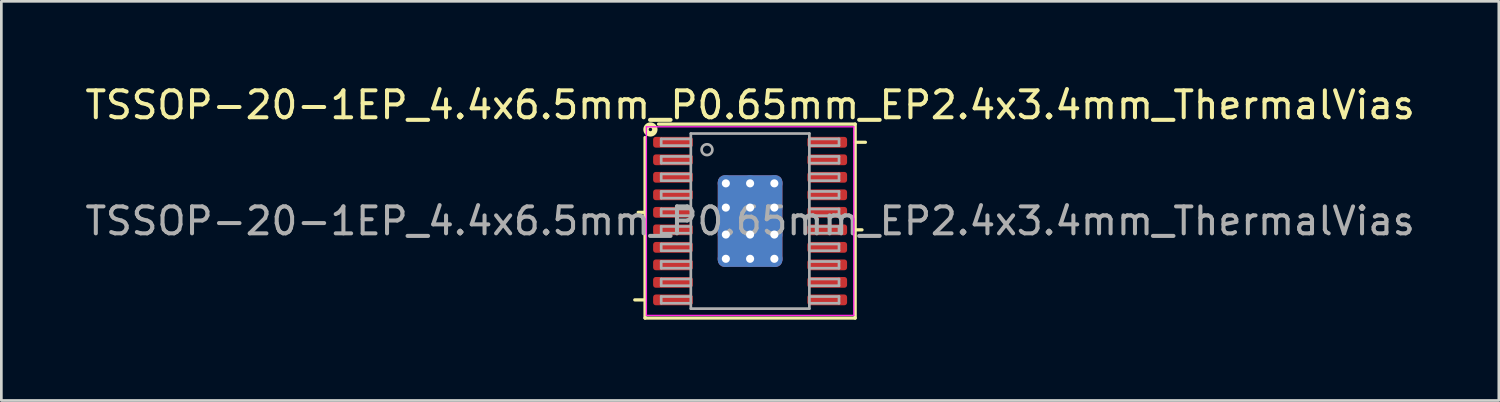
<source format=kicad_pcb>
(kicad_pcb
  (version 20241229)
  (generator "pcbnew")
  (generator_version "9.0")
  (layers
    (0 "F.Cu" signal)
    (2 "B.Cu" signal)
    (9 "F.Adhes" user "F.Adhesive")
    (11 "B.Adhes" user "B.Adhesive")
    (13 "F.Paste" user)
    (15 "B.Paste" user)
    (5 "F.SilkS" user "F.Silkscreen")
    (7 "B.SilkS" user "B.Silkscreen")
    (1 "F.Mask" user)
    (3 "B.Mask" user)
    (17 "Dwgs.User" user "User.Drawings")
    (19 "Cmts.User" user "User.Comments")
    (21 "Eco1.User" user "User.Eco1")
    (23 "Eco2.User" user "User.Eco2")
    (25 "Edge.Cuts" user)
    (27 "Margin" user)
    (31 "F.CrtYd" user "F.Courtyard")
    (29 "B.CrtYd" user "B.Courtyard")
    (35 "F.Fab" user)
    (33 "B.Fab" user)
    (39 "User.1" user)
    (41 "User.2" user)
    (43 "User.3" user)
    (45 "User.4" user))
  (footprint "TSSOP-20-1EP_4.4x6.5mm_P0.65mm_EP2.4x3.4mm_ThermalVias"
    (layer "F.Cu")
    (at 24.792 5.156)
    (property "Reference" "TSSOP-20-1EP_4.4x6.5mm_P0.65mm_EP2.4x3.4mm_ThermalVias" (at 0 -4.308 0) (layer "F.SilkS") (effects (font (size 1 1) (thickness 0.15))))
    (attr smd)
    (fp_line (start -3.9 -3.1) (end -3.9 3.6) (stroke (width 0.12) (type solid)) (layer "F.SilkS"))
    (fp_line (start -3.9 -0.325) (end -4.154 -0.325) (stroke (width 0.12) (type solid)) (layer "F.SilkS"))
    (fp_line (start -3.9 2.925) (end -4.281 2.925) (stroke (width 0.12) (type solid)) (layer "F.SilkS"))
    (fp_line (start -3.9 3.6) (end 3.9 3.6) (stroke (width 0.12) (type solid)) (layer "F.SilkS"))
    (fp_line (start 3.9 -3.6) (end -3.4 -3.6) (stroke (width 0.12) (type solid)) (layer "F.SilkS"))
    (fp_line (start 3.9 -2.925) (end 4.281 -2.925) (stroke (width 0.12) (type solid)) (layer "F.SilkS"))
    (fp_line (start 3.9 0.325) (end 4.154 0.325) (stroke (width 0.12) (type solid)) (layer "F.SilkS"))
    (fp_line (start 3.9 3.6) (end 3.9 -3.6) (stroke (width 0.12) (type solid)) (layer "F.SilkS"))
    (fp_circle (center -3.7 -3.4) (end -3.636 -3.4) (stroke (width 0.2) (type solid)) (fill no) (layer "F.SilkS"))
    (fp_line (start -3.85 -3.5) (end -3.85 3.5) (stroke (width 0.05) (type solid)) (layer "F.CrtYd"))
    (fp_line (start -3.85 3.5) (end 3.85 3.5) (stroke (width 0.05) (type solid)) (layer "F.CrtYd"))
    (fp_line (start 3.85 -3.5) (end -3.85 -3.5) (stroke (width 0.05) (type solid)) (layer "F.CrtYd"))
    (fp_line (start 3.85 3.5) (end 3.85 -3.5) (stroke (width 0.05) (type solid)) (layer "F.CrtYd"))
    (fp_line (start -3.3 -3.05) (end -3.3 -2.8) (stroke (width 0.1) (type solid)) (layer "F.Fab"))
    (fp_line (start -3.3 -3.05) (end -2.2 -3.05) (stroke (width 0.1) (type solid)) (layer "F.Fab"))
    (fp_line (start -3.3 -2.8) (end -2.2 -2.8) (stroke (width 0.1) (type solid)) (layer "F.Fab"))
    (fp_line (start -3.3 -2.4) (end -3.3 -2.15) (stroke (width 0.1) (type solid)) (layer "F.Fab"))
    (fp_line (start -3.3 -2.4) (end -2.2 -2.4) (stroke (width 0.1) (type solid)) (layer "F.Fab"))
    (fp_line (start -3.3 -2.15) (end -2.2 -2.15) (stroke (width 0.1) (type solid)) (layer "F.Fab"))
    (fp_line (start -3.3 -1.75) (end -3.3 -1.5) (stroke (width 0.1) (type solid)) (layer "F.Fab"))
    (fp_line (start -3.3 -1.75) (end -2.2 -1.75) (stroke (width 0.1) (type solid)) (layer "F.Fab"))
    (fp_line (start -3.3 -1.5) (end -2.2 -1.5) (stroke (width 0.1) (type solid)) (layer "F.Fab"))
    (fp_line (start -3.3 -1.1) (end -3.3 -0.85) (stroke (width 0.1) (type solid)) (layer "F.Fab"))
    (fp_line (start -3.3 -1.1) (end -2.2 -1.1) (stroke (width 0.1) (type solid)) (layer "F.Fab"))
    (fp_line (start -3.3 -0.85) (end -2.2 -0.85) (stroke (width 0.1) (type solid)) (layer "F.Fab"))
    (fp_line (start -3.3 -0.45) (end -3.3 -0.2) (stroke (width 0.1) (type solid)) (layer "F.Fab"))
    (fp_line (start -3.3 -0.45) (end -2.2 -0.45) (stroke (width 0.1) (type solid)) (layer "F.Fab"))
    (fp_line (start -3.3 -0.2) (end -2.2 -0.2) (stroke (width 0.1) (type solid)) (layer "F.Fab"))
    (fp_line (start -3.3 0.2) (end -3.3 0.45) (stroke (width 0.1) (type solid)) (layer "F.Fab"))
    (fp_line (start -3.3 0.2) (end -2.2 0.2) (stroke (width 0.1) (type solid)) (layer "F.Fab"))
    (fp_line (start -3.3 0.45) (end -2.2 0.45) (stroke (width 0.1) (type solid)) (layer "F.Fab"))
    (fp_line (start -3.3 0.85) (end -3.3 1.1) (stroke (width 0.1) (type solid)) (layer "F.Fab"))
    (fp_line (start -3.3 0.85) (end -2.2 0.85) (stroke (width 0.1) (type solid)) (layer "F.Fab"))
    (fp_line (start -3.3 1.1) (end -2.2 1.1) (stroke (width 0.1) (type solid)) (layer "F.Fab"))
    (fp_line (start -3.3 1.5) (end -3.3 1.75) (stroke (width 0.1) (type solid)) (layer "F.Fab"))
    (fp_line (start -3.3 1.5) (end -2.2 1.5) (stroke (width 0.1) (type solid)) (layer "F.Fab"))
    (fp_line (start -3.3 1.75) (end -2.2 1.75) (stroke (width 0.1) (type solid)) (layer "F.Fab"))
    (fp_line (start -3.3 2.15) (end -3.3 2.4) (stroke (width 0.1) (type solid)) (layer "F.Fab"))
    (fp_line (start -3.3 2.15) (end -2.2 2.15) (stroke (width 0.1) (type solid)) (layer "F.Fab"))
    (fp_line (start -3.3 2.4) (end -2.2 2.4) (stroke (width 0.1) (type solid)) (layer "F.Fab"))
    (fp_line (start -3.3 2.8) (end -3.3 3.05) (stroke (width 0.1) (type solid)) (layer "F.Fab"))
    (fp_line (start -3.3 2.8) (end -2.2 2.8) (stroke (width 0.1) (type solid)) (layer "F.Fab"))
    (fp_line (start -3.3 3.05) (end -2.2 3.05) (stroke (width 0.1) (type solid)) (layer "F.Fab"))
    (fp_line (start -2.2 -3.25) (end 2.2 -3.25) (stroke (width 0.1) (type solid)) (layer "F.Fab"))
    (fp_line (start -2.2 3.25) (end -2.2 -3.25) (stroke (width 0.1) (type solid)) (layer "F.Fab"))
    (fp_line (start 2.2 -3.25) (end 2.2 3.25) (stroke (width 0.1) (type solid)) (layer "F.Fab"))
    (fp_line (start 2.2 3.25) (end -2.2 3.25) (stroke (width 0.1) (type solid)) (layer "F.Fab"))
    (fp_line (start 3.3 -3.05) (end 2.2 -3.05) (stroke (width 0.1) (type solid)) (layer "F.Fab"))
    (fp_line (start 3.3 -2.8) (end 2.2 -2.8) (stroke (width 0.1) (type solid)) (layer "F.Fab"))
    (fp_line (start 3.3 -2.8) (end 3.3 -3.05) (stroke (width 0.1) (type solid)) (layer "F.Fab"))
    (fp_line (start 3.3 -2.4) (end 2.2 -2.4) (stroke (width 0.1) (type solid)) (layer "F.Fab"))
    (fp_line (start 3.3 -2.15) (end 2.2 -2.15) (stroke (width 0.1) (type solid)) (layer "F.Fab"))
    (fp_line (start 3.3 -2.15) (end 3.3 -2.4) (stroke (width 0.1) (type solid)) (layer "F.Fab"))
    (fp_line (start 3.3 -1.75) (end 2.2 -1.75) (stroke (width 0.1) (type solid)) (layer "F.Fab"))
    (fp_line (start 3.3 -1.5) (end 2.2 -1.5) (stroke (width 0.1) (type solid)) (layer "F.Fab"))
    (fp_line (start 3.3 -1.5) (end 3.3 -1.75) (stroke (width 0.1) (type solid)) (layer "F.Fab"))
    (fp_line (start 3.3 -1.1) (end 2.2 -1.1) (stroke (width 0.1) (type solid)) (layer "F.Fab"))
    (fp_line (start 3.3 -0.85) (end 2.2 -0.85) (stroke (width 0.1) (type solid)) (layer "F.Fab"))
    (fp_line (start 3.3 -0.85) (end 3.3 -1.1) (stroke (width 0.1) (type solid)) (layer "F.Fab"))
    (fp_line (start 3.3 -0.45) (end 2.2 -0.45) (stroke (width 0.1) (type solid)) (layer "F.Fab"))
    (fp_line (start 3.3 -0.2) (end 2.2 -0.2) (stroke (width 0.1) (type solid)) (layer "F.Fab"))
    (fp_line (start 3.3 -0.2) (end 3.3 -0.45) (stroke (width 0.1) (type solid)) (layer "F.Fab"))
    (fp_line (start 3.3 0.2) (end 2.2 0.2) (stroke (width 0.1) (type solid)) (layer "F.Fab"))
    (fp_line (start 3.3 0.45) (end 2.2 0.45) (stroke (width 0.1) (type solid)) (layer "F.Fab"))
    (fp_line (start 3.3 0.45) (end 3.3 0.2) (stroke (width 0.1) (type solid)) (layer "F.Fab"))
    (fp_line (start 3.3 0.85) (end 2.2 0.85) (stroke (width 0.1) (type solid)) (layer "F.Fab"))
    (fp_line (start 3.3 1.1) (end 2.2 1.1) (stroke (width 0.1) (type solid)) (layer "F.Fab"))
    (fp_line (start 3.3 1.1) (end 3.3 0.85) (stroke (width 0.1) (type solid)) (layer "F.Fab"))
    (fp_line (start 3.3 1.5) (end 2.2 1.5) (stroke (width 0.1) (type solid)) (layer "F.Fab"))
    (fp_line (start 3.3 1.75) (end 2.2 1.75) (stroke (width 0.1) (type solid)) (layer "F.Fab"))
    (fp_line (start 3.3 1.75) (end 3.3 1.5) (stroke (width 0.1) (type solid)) (layer "F.Fab"))
    (fp_line (start 3.3 2.15) (end 2.2 2.15) (stroke (width 0.1) (type solid)) (layer "F.Fab"))
    (fp_line (start 3.3 2.4) (end 2.2 2.4) (stroke (width 0.1) (type solid)) (layer "F.Fab"))
    (fp_line (start 3.3 2.4) (end 3.3 2.15) (stroke (width 0.1) (type solid)) (layer "F.Fab"))
    (fp_line (start 3.3 2.8) (end 2.2 2.8) (stroke (width 0.1) (type solid)) (layer "F.Fab"))
    (fp_line (start 3.3 3.05) (end 2.2 3.05) (stroke (width 0.1) (type solid)) (layer "F.Fab"))
    (fp_line (start 3.3 3.05) (end 3.3 2.8) (stroke (width 0.1) (type solid)) (layer "F.Fab"))
    (fp_circle (center -1.6 -2.65) (end -1.4 -2.65) (stroke (width 0.1) (type solid)) (fill no) (layer "F.Fab"))
    (fp_text user "${REFERENCE}" (at 0 0 0) (layer "F.Fab") (effects (font (size 1 1) (thickness 0.15))))
    (pad "" smd roundrect (at -0.5 -1) (size 0.8 0.8) (layers "F.Paste") (roundrect_rratio 0.25))
    (pad "" smd roundrect (at -0.5 0) (size 0.8 0.8) (layers "F.Paste") (roundrect_rratio 0.25))
    (pad "" smd roundrect (at -0.5 1) (size 0.8 0.8) (layers "F.Paste") (roundrect_rratio 0.25))
    (pad "" smd roundrect (at 0.5 -1) (size 0.8 0.8) (layers "F.Paste") (roundrect_rratio 0.25))
    (pad "" smd roundrect (at 0.5 0) (size 0.8 0.8) (layers "F.Paste") (roundrect_rratio 0.25))
    (pad "" smd roundrect (at 0.5 1) (size 0.8 0.8) (layers "F.Paste") (roundrect_rratio 0.25))
    (pad "1" smd roundrect (at -2.862 -2.925) (size 1.475 0.4) (layers "F.Cu" "F.Mask" "F.Paste") (roundrect_rratio 0.25))
    (pad "2" smd roundrect (at -2.862 -2.275) (size 1.475 0.4) (layers "F.Cu" "F.Mask" "F.Paste") (roundrect_rratio 0.25))
    (pad "3" smd roundrect (at -2.862 -1.625) (size 1.475 0.4) (layers "F.Cu" "F.Mask" "F.Paste") (roundrect_rratio 0.25))
    (pad "4" smd roundrect (at -2.862 -0.975) (size 1.475 0.4) (layers "F.Cu" "F.Mask" "F.Paste") (roundrect_rratio 0.25))
    (pad "5" smd roundrect (at -2.862 -0.325) (size 1.475 0.4) (layers "F.Cu" "F.Mask" "F.Paste") (roundrect_rratio 0.25))
    (pad "6" smd roundrect (at -2.862 0.325) (size 1.475 0.4) (layers "F.Cu" "F.Mask" "F.Paste") (roundrect_rratio 0.25))
    (pad "7" smd roundrect (at -2.862 0.975) (size 1.475 0.4) (layers "F.Cu" "F.Mask" "F.Paste") (roundrect_rratio 0.25))
    (pad "8" smd roundrect (at -2.862 1.625) (size 1.475 0.4) (layers "F.Cu" "F.Mask" "F.Paste") (roundrect_rratio 0.25))
    (pad "9" smd roundrect (at -2.862 2.275) (size 1.475 0.4) (layers "F.Cu" "F.Mask" "F.Paste") (roundrect_rratio 0.25))
    (pad "10" smd roundrect (at -2.862 2.925) (size 1.475 0.4) (layers "F.Cu" "F.Mask" "F.Paste") (roundrect_rratio 0.25))
    (pad "11" smd roundrect (at 2.862 2.925) (size 1.475 0.4) (layers "F.Cu" "F.Mask" "F.Paste") (roundrect_rratio 0.25))
    (pad "12" smd roundrect (at 2.862 2.275) (size 1.475 0.4) (layers "F.Cu" "F.Mask" "F.Paste") (roundrect_rratio 0.25))
    (pad "13" smd roundrect (at 2.862 1.625) (size 1.475 0.4) (layers "F.Cu" "F.Mask" "F.Paste") (roundrect_rratio 0.25))
    (pad "14" smd roundrect (at 2.862 0.975) (size 1.475 0.4) (layers "F.Cu" "F.Mask" "F.Paste") (roundrect_rratio 0.25))
    (pad "15" smd roundrect (at 2.862 0.325) (size 1.475 0.4) (layers "F.Cu" "F.Mask" "F.Paste") (roundrect_rratio 0.25))
    (pad "16" smd roundrect (at 2.862 -0.325) (size 1.475 0.4) (layers "F.Cu" "F.Mask" "F.Paste") (roundrect_rratio 0.25))
    (pad "17" smd roundrect (at 2.862 -0.975) (size 1.475 0.4) (layers "F.Cu" "F.Mask" "F.Paste") (roundrect_rratio 0.25))
    (pad "18" smd roundrect (at 2.862 -1.625) (size 1.475 0.4) (layers "F.Cu" "F.Mask" "F.Paste") (roundrect_rratio 0.25))
    (pad "19" smd roundrect (at 2.862 -2.275) (size 1.475 0.4) (layers "F.Cu" "F.Mask" "F.Paste") (roundrect_rratio 0.25))
    (pad "20" smd roundrect (at 2.862 -2.925) (size 1.475 0.4) (layers "F.Cu" "F.Mask" "F.Paste") (roundrect_rratio 0.25))
    (pad "21" thru_hole circle (at -0.9 -1.4) (size 0.6 0.6) (drill 0.3) (property pad_prop_heatsink) (layers "*.Cu"))
    (pad "21" thru_hole circle (at -0.9 -0.5) (size 0.6 0.6) (drill 0.3) (property pad_prop_heatsink) (layers "*.Cu"))
    (pad "21" thru_hole circle (at -0.9 0.5) (size 0.6 0.6) (drill 0.3) (property pad_prop_heatsink) (layers "*.Cu"))
    (pad "21" thru_hole circle (at -0.9 1.4) (size 0.6 0.6) (drill 0.3) (property pad_prop_heatsink) (layers "*.Cu"))
    (pad "21" thru_hole circle (at 0 -1.4) (size 0.6 0.6) (drill 0.3) (property pad_prop_heatsink) (layers "*.Cu"))
    (pad "21" thru_hole circle (at 0 -0.5) (size 0.6 0.6) (drill 0.3) (property pad_prop_heatsink) (layers "*.Cu"))
    (pad "21" smd roundrect (at 0 0) (size 2.4 3.4) (layers "F.Cu" "F.Mask") (roundrect_rratio 0.104))
    (pad "21" smd roundrect (at 0 0) (size 2.4 3.4) (layers "B.Cu" "B.Mask") (roundrect_rratio 0.104))
    (pad "21" thru_hole circle (at 0 0.5) (size 0.6 0.6) (drill 0.3) (property pad_prop_heatsink) (layers "*.Cu"))
    (pad "21" thru_hole circle (at 0 1.4) (size 0.6 0.6) (drill 0.3) (property pad_prop_heatsink) (layers "*.Cu"))
    (pad "21" thru_hole circle (at 0.9 -1.4) (size 0.6 0.6) (drill 0.3) (property pad_prop_heatsink) (layers "*.Cu"))
    (pad "21" thru_hole circle (at 0.9 -0.5) (size 0.6 0.6) (drill 0.3) (property pad_prop_heatsink) (layers "*.Cu"))
    (pad "21" thru_hole circle (at 0.9 0.5) (size 0.6 0.6) (drill 0.3) (property pad_prop_heatsink) (layers "*.Cu"))
    (pad "21" thru_hole circle (at 0.9 1.4) (size 0.6 0.6) (drill 0.3) (property pad_prop_heatsink) (layers "*.Cu")))
  (gr_rect
    (start -3 -3)
    (end 52.583 11.816)
    (stroke (width 0.1) (type default))
    (fill no)
    (layer "Edge.Cuts")))
</source>
